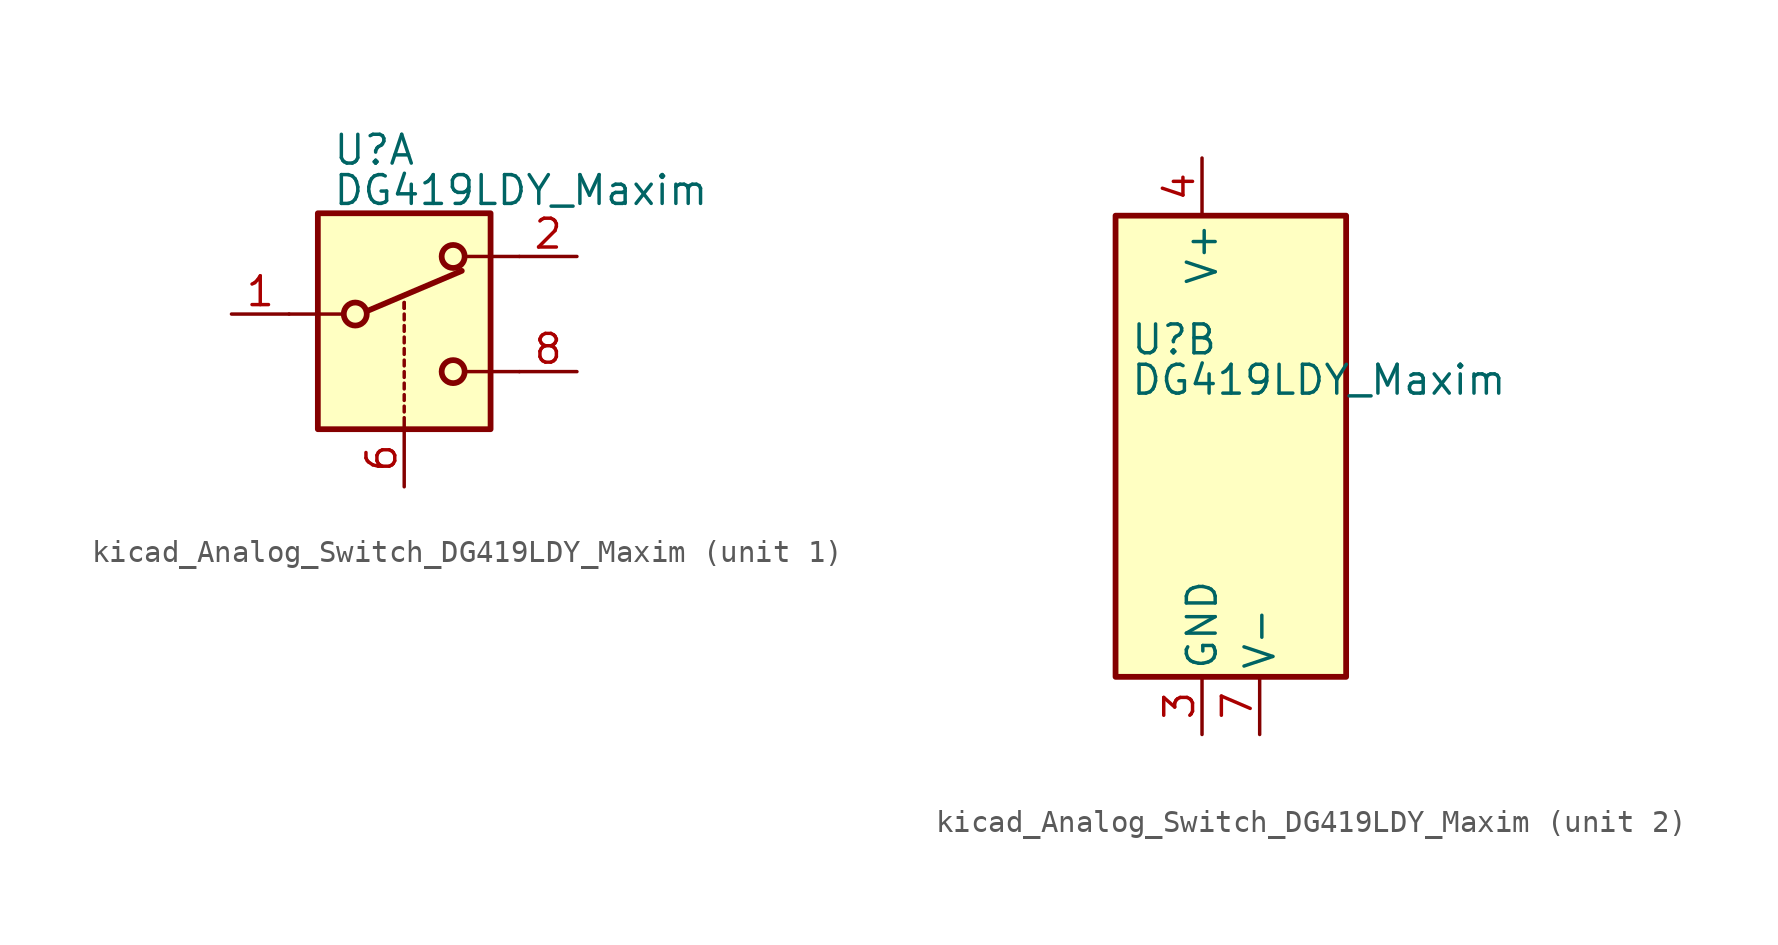
<source format=kicad_sym>
(kicad_symbol_lib
  (version 20220914)
  (generator kicad_symbol_editor)
  (symbol "kicad_Analog_Switch_DG419LDY_Maxim"
    (pin_names
      (offset 0.254))
    (property "Reference" "U"
      (at -3.175 4.699 0)
      (effects (font (size 1.27 1.27)) (justify left)))
    (property "Value" "DG419LDY_Maxim"
      (at -3.175 2.921 0)
      (effects (font (size 1.27 1.27)) (justify left)))
    (symbol "kicad_Analog_Switch_DG419LDY_Maxim_1_1"
      (rectangle (start -3.81 1.905) (end 3.81 -7.62) (stroke (width 0.254) (type default)) (fill (type background)))
      (circle (center -2.159 -2.54) (radius 0.508) (stroke (width 0.254) (type default)) (fill (type none)))
      (polyline (pts (xy -5.08 -2.54) (xy -2.794 -2.54)) (stroke (width 0) (type default)) (fill (type none)))
      (polyline (pts (xy -1.651 -2.413) (xy 2.54 -0.635)) (stroke (width 0.254) (type default)) (fill (type none)))
      (polyline (pts (xy 0 -7.62) (xy 0 -7.112)) (stroke (width 0) (type default)) (fill (type none)))
      (polyline (pts (xy 0 -6.858) (xy 0 -6.604)) (stroke (width 0) (type default)) (fill (type none)))
      (polyline (pts (xy 0 -6.35) (xy 0 -6.096)) (stroke (width 0) (type default)) (fill (type none)))
      (polyline (pts (xy 0 -5.842) (xy 0 -5.588)) (stroke (width 0) (type default)) (fill (type none)))
      (polyline (pts (xy 0 -5.334) (xy 0 -5.08)) (stroke (width 0) (type default)) (fill (type none)))
      (polyline (pts (xy 0 -4.826) (xy 0 -4.572)) (stroke (width 0) (type default)) (fill (type none)))
      (polyline (pts (xy 0 -4.318) (xy 0 -4.064)) (stroke (width 0) (type default)) (fill (type none)))
      (polyline (pts (xy 0 -3.81) (xy 0 -3.556)) (stroke (width 0) (type default)) (fill (type none)))
      (polyline (pts (xy 0 -3.302) (xy 0 -3.048)) (stroke (width 0) (type default)) (fill (type none)))
      (polyline (pts (xy 0 -2.794) (xy 0 -2.54)) (stroke (width 0) (type default)) (fill (type none)))
      (polyline (pts (xy 0 -2.286) (xy 0 -2.032)) (stroke (width 0) (type default)) (fill (type none)))
      (polyline (pts (xy 0 -2.286) (xy 0 -2.032)) (stroke (width 0) (type default)) (fill (type none)))
      (polyline (pts (xy 5.08 -5.08) (xy 2.794 -5.08)) (stroke (width 0) (type default)) (fill (type none)))
      (polyline (pts (xy 5.08 0) (xy 2.794 0)) (stroke (width 0) (type default)) (fill (type none)))
      (circle (center 2.159 -5.08) (radius 0.508) (stroke (width 0.254) (type default)) (fill (type none)))
      (circle (center 2.159 0) (radius 0.508) (stroke (width 0.254) (type default)) (fill (type none)))
      (pin passive line (at -7.62 -2.54 0) (length 2.54) (name "~" (effects (font (size 1.27 1.27)))) (number "1" (effects (font (size 1.27 1.27)))))
      (pin passive line (at 7.62 0 180) (length 2.54) (name "~" (effects (font (size 1.27 1.27)))) (number "2" (effects (font (size 1.27 1.27)))))
      (pin input line (at 0 -10.16 90) (length 2.54) (name "~" (effects (font (size 1.27 1.27)))) (number "6" (effects (font (size 1.27 1.27)))))
      (pin passive line (at 7.62 -5.08 180) (length 2.54) (name "~" (effects (font (size 1.27 1.27)))) (number "8" (effects (font (size 1.27 1.27))))))
    (symbol "kicad_Analog_Switch_DG419LDY_Maxim_2_0"
      (pin power_in line (at 0 -12.7 90) (length 2.54) (name "GND" (effects (font (size 1.27 1.27)))) (number "3" (effects (font (size 1.27 1.27)))))
      (pin power_in line (at 0 12.7 270) (length 2.54) (name "V+" (effects (font (size 1.27 1.27)))) (number "4" (effects (font (size 1.27 1.27)))))
      (pin no_connect line (at 2.54 10.16 270) (length 2.54) hide (name "NC" (effects (font (size 1.27 1.27)))) (number "5" (effects (font (size 1.27 1.27)))))
      (pin power_in line (at 2.54 -12.7 90) (length 2.54) (name "V-" (effects (font (size 1.27 1.27)))) (number "7" (effects (font (size 1.27 1.27))))))
    (symbol "kicad_Analog_Switch_DG419LDY_Maxim_2_1"
      (rectangle (start -3.81 10.16) (end 6.35 -10.16) (stroke (width 0.254) (type default)) (fill (type background))))))
</source>
